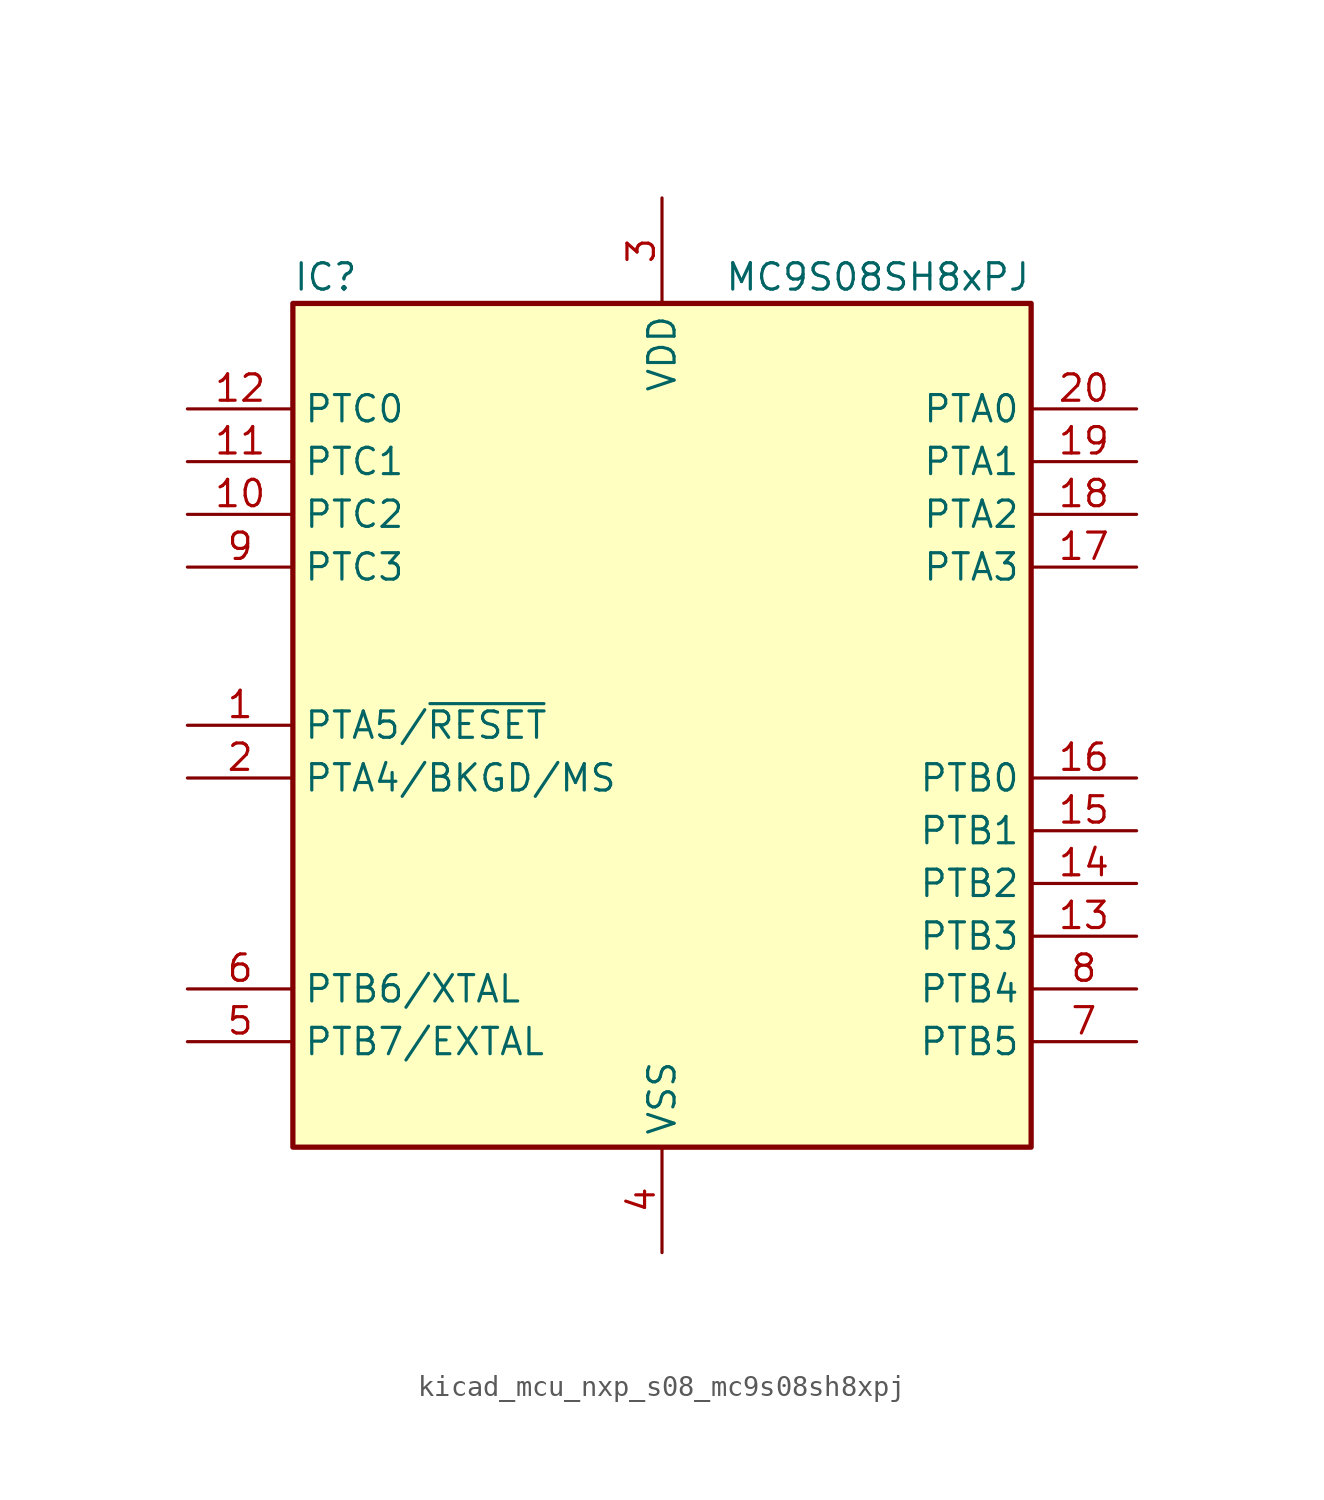
<source format=kicad_sym>
(kicad_symbol_lib
  (version 20220914)
  (generator kicad_symbol_editor)
  (symbol "kicad_mcu_nxp_s08_mc9s08sh8xpj"
    (property "Reference" "IC"
      (at -17.78 21.59 0)
      (effects (font (size 1.27 1.27)) (justify left)))
    (property "Value" "MC9S08SH8xPJ"
      (at 17.78 21.59 0)
      (effects (font (size 1.27 1.27)) (justify right)))
    (symbol "kicad_mcu_nxp_s08_mc9s08sh8xpj_0_1"
      (rectangle (start -17.78 20.32) (end 17.78 -20.32) (stroke (width 0.254) (type default)) (fill (type background))))
    (symbol "kicad_mcu_nxp_s08_mc9s08sh8xpj_1_1"
      (pin bidirectional line (at -22.86 0 0) (length 5.08) (name "PTA5/~{RESET}" (effects (font (size 1.27 1.27)))) (number "1" (effects (font (size 1.27 1.27)))))
      (pin bidirectional line (at -22.86 10.16 0) (length 5.08) (name "PTC2" (effects (font (size 1.27 1.27)))) (number "10" (effects (font (size 1.27 1.27)))))
      (pin bidirectional line (at -22.86 12.7 0) (length 5.08) (name "PTC1" (effects (font (size 1.27 1.27)))) (number "11" (effects (font (size 1.27 1.27)))))
      (pin bidirectional line (at -22.86 15.24 0) (length 5.08) (name "PTC0" (effects (font (size 1.27 1.27)))) (number "12" (effects (font (size 1.27 1.27)))))
      (pin bidirectional line (at 22.86 -10.16 180) (length 5.08) (name "PTB3" (effects (font (size 1.27 1.27)))) (number "13" (effects (font (size 1.27 1.27)))))
      (pin bidirectional line (at 22.86 -7.62 180) (length 5.08) (name "PTB2" (effects (font (size 1.27 1.27)))) (number "14" (effects (font (size 1.27 1.27)))))
      (pin bidirectional line (at 22.86 -5.08 180) (length 5.08) (name "PTB1" (effects (font (size 1.27 1.27)))) (number "15" (effects (font (size 1.27 1.27)))))
      (pin bidirectional line (at 22.86 -2.54 180) (length 5.08) (name "PTB0" (effects (font (size 1.27 1.27)))) (number "16" (effects (font (size 1.27 1.27)))))
      (pin bidirectional line (at 22.86 7.62 180) (length 5.08) (name "PTA3" (effects (font (size 1.27 1.27)))) (number "17" (effects (font (size 1.27 1.27)))))
      (pin bidirectional line (at 22.86 10.16 180) (length 5.08) (name "PTA2" (effects (font (size 1.27 1.27)))) (number "18" (effects (font (size 1.27 1.27)))))
      (pin bidirectional line (at 22.86 12.7 180) (length 5.08) (name "PTA1" (effects (font (size 1.27 1.27)))) (number "19" (effects (font (size 1.27 1.27)))))
      (pin bidirectional line (at -22.86 -2.54 0) (length 5.08) (name "PTA4/BKGD/MS" (effects (font (size 1.27 1.27)))) (number "2" (effects (font (size 1.27 1.27)))))
      (pin bidirectional line (at 22.86 15.24 180) (length 5.08) (name "PTA0" (effects (font (size 1.27 1.27)))) (number "20" (effects (font (size 1.27 1.27)))))
      (pin power_in line (at 0 25.4 270) (length 5.08) (name "VDD" (effects (font (size 1.27 1.27)))) (number "3" (effects (font (size 1.27 1.27)))))
      (pin power_in line (at 0 -25.4 90) (length 5.08) (name "VSS" (effects (font (size 1.27 1.27)))) (number "4" (effects (font (size 1.27 1.27)))))
      (pin bidirectional line (at -22.86 -15.24 0) (length 5.08) (name "PTB7/EXTAL" (effects (font (size 1.27 1.27)))) (number "5" (effects (font (size 1.27 1.27)))))
      (pin bidirectional line (at -22.86 -12.7 0) (length 5.08) (name "PTB6/XTAL" (effects (font (size 1.27 1.27)))) (number "6" (effects (font (size 1.27 1.27)))))
      (pin bidirectional line (at 22.86 -15.24 180) (length 5.08) (name "PTB5" (effects (font (size 1.27 1.27)))) (number "7" (effects (font (size 1.27 1.27)))))
      (pin bidirectional line (at 22.86 -12.7 180) (length 5.08) (name "PTB4" (effects (font (size 1.27 1.27)))) (number "8" (effects (font (size 1.27 1.27)))))
      (pin bidirectional line (at -22.86 7.62 0) (length 5.08) (name "PTC3" (effects (font (size 1.27 1.27)))) (number "9" (effects (font (size 1.27 1.27))))))))
</source>
